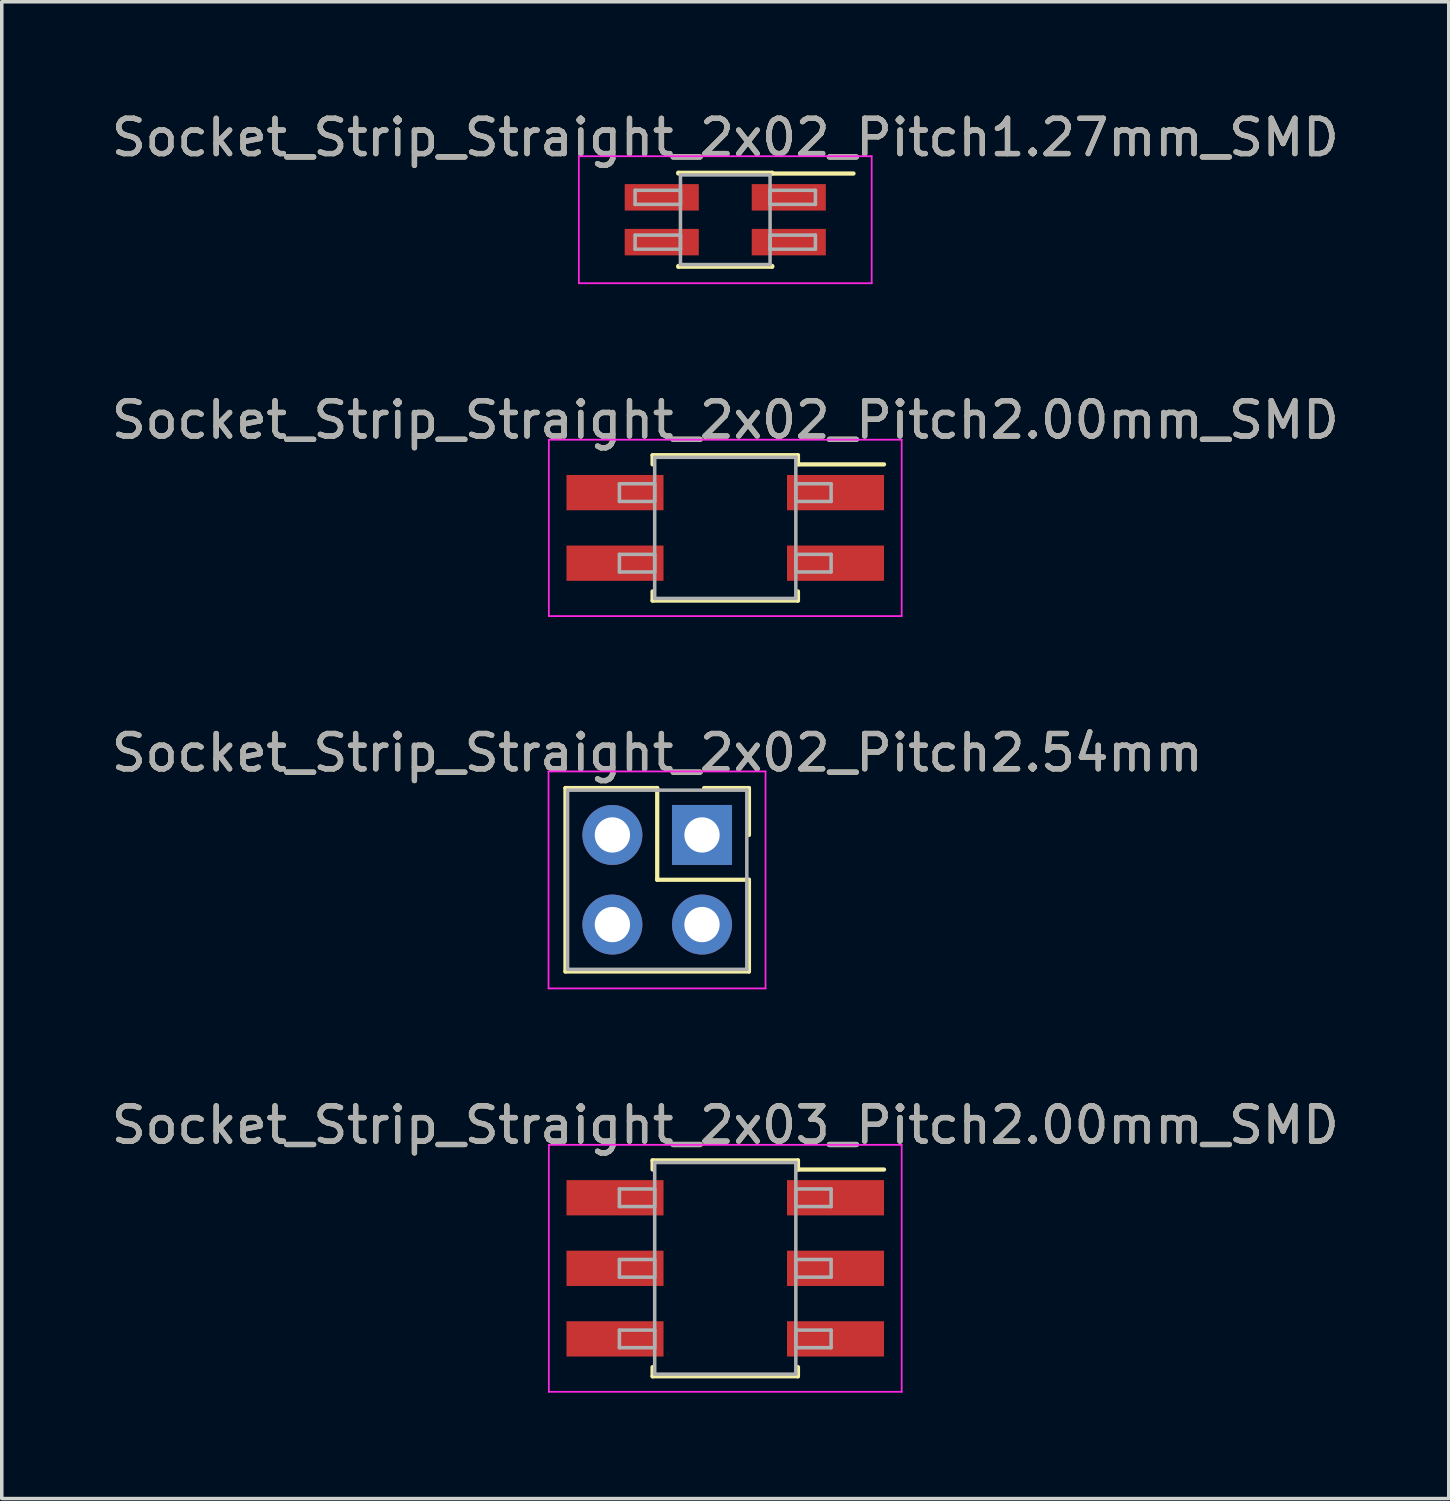
<source format=kicad_pcb>
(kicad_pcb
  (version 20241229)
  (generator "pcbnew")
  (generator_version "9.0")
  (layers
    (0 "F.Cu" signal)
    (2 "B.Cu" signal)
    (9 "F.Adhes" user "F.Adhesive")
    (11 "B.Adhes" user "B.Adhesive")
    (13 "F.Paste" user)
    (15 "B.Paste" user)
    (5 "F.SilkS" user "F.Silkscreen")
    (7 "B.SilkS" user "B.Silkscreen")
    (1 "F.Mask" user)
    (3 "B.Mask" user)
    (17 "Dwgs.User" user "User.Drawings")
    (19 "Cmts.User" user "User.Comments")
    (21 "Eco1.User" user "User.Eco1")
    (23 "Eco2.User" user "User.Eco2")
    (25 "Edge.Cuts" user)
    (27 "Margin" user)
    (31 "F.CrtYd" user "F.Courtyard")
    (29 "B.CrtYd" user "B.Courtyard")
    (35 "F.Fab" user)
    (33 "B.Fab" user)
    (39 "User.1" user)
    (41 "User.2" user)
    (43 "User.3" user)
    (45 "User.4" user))
  (footprint "Socket_Strip_Straight_2x03_Pitch2.00mm_SMD"
    (layer "F.Cu")
    (at 17.506 32.898)
    (property "Reference" "Socket_Strip_Straight_2x03_Pitch2.00mm_SMD" (at 0 -4.06 0) (layer "F.SilkS") (effects (font (size 1 1) (thickness 0.15))))
    (attr smd)
    (fp_line (start -2.06 -3.06) (end 2.06 -3.06) (stroke (width 0.12) (type solid)) (layer "F.SilkS"))
    (fp_line (start -2.06 -2.8) (end -2.06 -3.06) (stroke (width 0.12) (type solid)) (layer "F.SilkS"))
    (fp_line (start -2.06 2.8) (end -2.06 3.06) (stroke (width 0.12) (type solid)) (layer "F.SilkS"))
    (fp_line (start -2.06 3.06) (end 2.06 3.06) (stroke (width 0.12) (type solid)) (layer "F.SilkS"))
    (fp_line (start 2.06 -3.06) (end 2.06 -2.8) (stroke (width 0.12) (type solid)) (layer "F.SilkS"))
    (fp_line (start 2.06 3.06) (end 2.06 2.8) (stroke (width 0.12) (type solid)) (layer "F.SilkS"))
    (fp_line (start 4.5 -2.8) (end 2.06 -2.8) (stroke (width 0.12) (type solid)) (layer "F.SilkS"))
    (fp_line (start -5 -3.5) (end -5 3.5) (stroke (width 0.05) (type solid)) (layer "F.CrtYd"))
    (fp_line (start -5 3.5) (end 5 3.5) (stroke (width 0.05) (type solid)) (layer "F.CrtYd"))
    (fp_line (start 5 -3.5) (end -5 -3.5) (stroke (width 0.05) (type solid)) (layer "F.CrtYd"))
    (fp_line (start 5 3.5) (end 5 -3.5) (stroke (width 0.05) (type solid)) (layer "F.CrtYd"))
    (fp_line (start -3 -2.25) (end -2 -2.25) (stroke (width 0.1) (type solid)) (layer "F.Fab"))
    (fp_line (start -3 -1.75) (end -3 -2.25) (stroke (width 0.1) (type solid)) (layer "F.Fab"))
    (fp_line (start -3 -0.25) (end -2 -0.25) (stroke (width 0.1) (type solid)) (layer "F.Fab"))
    (fp_line (start -3 0.25) (end -3 -0.25) (stroke (width 0.1) (type solid)) (layer "F.Fab"))
    (fp_line (start -3 1.75) (end -2 1.75) (stroke (width 0.1) (type solid)) (layer "F.Fab"))
    (fp_line (start -3 2.25) (end -3 1.75) (stroke (width 0.1) (type solid)) (layer "F.Fab"))
    (fp_line (start -2 -3) (end -2 3) (stroke (width 0.1) (type solid)) (layer "F.Fab"))
    (fp_line (start -2 -2.25) (end -2 -1.75) (stroke (width 0.1) (type solid)) (layer "F.Fab"))
    (fp_line (start -2 -1.75) (end -3 -1.75) (stroke (width 0.1) (type solid)) (layer "F.Fab"))
    (fp_line (start -2 -0.25) (end -2 0.25) (stroke (width 0.1) (type solid)) (layer "F.Fab"))
    (fp_line (start -2 0.25) (end -3 0.25) (stroke (width 0.1) (type solid)) (layer "F.Fab"))
    (fp_line (start -2 1.75) (end -2 2.25) (stroke (width 0.1) (type solid)) (layer "F.Fab"))
    (fp_line (start -2 2.25) (end -3 2.25) (stroke (width 0.1) (type solid)) (layer "F.Fab"))
    (fp_line (start -2 3) (end 2 3) (stroke (width 0.1) (type solid)) (layer "F.Fab"))
    (fp_line (start 2 -3) (end -2 -3) (stroke (width 0.1) (type solid)) (layer "F.Fab"))
    (fp_line (start 2 -2.25) (end 2 -1.75) (stroke (width 0.1) (type solid)) (layer "F.Fab"))
    (fp_line (start 2 -1.75) (end 3 -1.75) (stroke (width 0.1) (type solid)) (layer "F.Fab"))
    (fp_line (start 2 -0.25) (end 2 0.25) (stroke (width 0.1) (type solid)) (layer "F.Fab"))
    (fp_line (start 2 0.25) (end 3 0.25) (stroke (width 0.1) (type solid)) (layer "F.Fab"))
    (fp_line (start 2 1.75) (end 2 2.25) (stroke (width 0.1) (type solid)) (layer "F.Fab"))
    (fp_line (start 2 2.25) (end 3 2.25) (stroke (width 0.1) (type solid)) (layer "F.Fab"))
    (fp_line (start 2 3) (end 2 -3) (stroke (width 0.1) (type solid)) (layer "F.Fab"))
    (fp_line (start 3 -2.25) (end 2 -2.25) (stroke (width 0.1) (type solid)) (layer "F.Fab"))
    (fp_line (start 3 -1.75) (end 3 -2.25) (stroke (width 0.1) (type solid)) (layer "F.Fab"))
    (fp_line (start 3 -0.25) (end 2 -0.25) (stroke (width 0.1) (type solid)) (layer "F.Fab"))
    (fp_line (start 3 0.25) (end 3 -0.25) (stroke (width 0.1) (type solid)) (layer "F.Fab"))
    (fp_line (start 3 1.75) (end 2 1.75) (stroke (width 0.1) (type solid)) (layer "F.Fab"))
    (fp_line (start 3 2.25) (end 3 1.75) (stroke (width 0.1) (type solid)) (layer "F.Fab"))
    (fp_text user "${REFERENCE}" (at 0 -4.06 0) (layer "F.Fab") (effects (font (size 1 1) (thickness 0.15))))
    (pad "1" smd rect (at 3.125 -2) (size 2.75 1) (layers "F.Cu" "F.Mask" "F.Paste"))
    (pad "2" smd rect (at -3.125 -2) (size 2.75 1) (layers "F.Cu" "F.Mask" "F.Paste"))
    (pad "3" smd rect (at 3.125 0) (size 2.75 1) (layers "F.Cu" "F.Mask" "F.Paste"))
    (pad "4" smd rect (at -3.125 0) (size 2.75 1) (layers "F.Cu" "F.Mask" "F.Paste"))
    (pad "5" smd rect (at 3.125 2) (size 2.75 1) (layers "F.Cu" "F.Mask" "F.Paste"))
    (pad "6" smd rect (at -3.125 2) (size 2.75 1) (layers "F.Cu" "F.Mask" "F.Paste")))
  (footprint "Socket_Strip_Straight_2x02_Pitch1.27mm_SMD"
    (layer "F.Cu")
    (at 17.506 3.178)
    (property "Reference" "Socket_Strip_Straight_2x02_Pitch1.27mm_SMD" (at 0 -2.33 0) (layer "F.SilkS") (effects (font (size 1 1) (thickness 0.15))))
    (attr smd)
    (fp_line (start -1.33 -1.33) (end 1.33 -1.33) (stroke (width 0.12) (type solid)) (layer "F.SilkS"))
    (fp_line (start -1.33 -1.31) (end -1.33 -1.33) (stroke (width 0.12) (type solid)) (layer "F.SilkS"))
    (fp_line (start -1.33 1.31) (end -1.33 1.33) (stroke (width 0.12) (type solid)) (layer "F.SilkS"))
    (fp_line (start -1.33 1.33) (end 1.33 1.33) (stroke (width 0.12) (type solid)) (layer "F.SilkS"))
    (fp_line (start 1.33 -1.33) (end 1.33 -1.31) (stroke (width 0.12) (type solid)) (layer "F.SilkS"))
    (fp_line (start 1.33 1.33) (end 1.33 1.31) (stroke (width 0.12) (type solid)) (layer "F.SilkS"))
    (fp_line (start 3.635 -1.31) (end 1.33 -1.31) (stroke (width 0.12) (type solid)) (layer "F.SilkS"))
    (fp_line (start -4.15 -1.8) (end -4.15 1.8) (stroke (width 0.05) (type solid)) (layer "F.CrtYd"))
    (fp_line (start -4.15 1.8) (end 4.15 1.8) (stroke (width 0.05) (type solid)) (layer "F.CrtYd"))
    (fp_line (start 4.15 -1.8) (end -4.15 -1.8) (stroke (width 0.05) (type solid)) (layer "F.CrtYd"))
    (fp_line (start 4.15 1.8) (end 4.15 -1.8) (stroke (width 0.05) (type solid)) (layer "F.CrtYd"))
    (fp_line (start -2.555 -0.835) (end -1.27 -0.835) (stroke (width 0.1) (type solid)) (layer "F.Fab"))
    (fp_line (start -2.555 -0.435) (end -2.555 -0.835) (stroke (width 0.1) (type solid)) (layer "F.Fab"))
    (fp_line (start -2.555 0.435) (end -1.27 0.435) (stroke (width 0.1) (type solid)) (layer "F.Fab"))
    (fp_line (start -2.555 0.835) (end -2.555 0.435) (stroke (width 0.1) (type solid)) (layer "F.Fab"))
    (fp_line (start -1.27 -1.27) (end -1.27 1.27) (stroke (width 0.1) (type solid)) (layer "F.Fab"))
    (fp_line (start -1.27 -0.835) (end -1.27 -0.435) (stroke (width 0.1) (type solid)) (layer "F.Fab"))
    (fp_line (start -1.27 -0.435) (end -2.555 -0.435) (stroke (width 0.1) (type solid)) (layer "F.Fab"))
    (fp_line (start -1.27 0.435) (end -1.27 0.835) (stroke (width 0.1) (type solid)) (layer "F.Fab"))
    (fp_line (start -1.27 0.835) (end -2.555 0.835) (stroke (width 0.1) (type solid)) (layer "F.Fab"))
    (fp_line (start -1.27 1.27) (end 1.27 1.27) (stroke (width 0.1) (type solid)) (layer "F.Fab"))
    (fp_line (start 1.27 -1.27) (end -1.27 -1.27) (stroke (width 0.1) (type solid)) (layer "F.Fab"))
    (fp_line (start 1.27 -0.835) (end 1.27 -0.435) (stroke (width 0.1) (type solid)) (layer "F.Fab"))
    (fp_line (start 1.27 -0.435) (end 2.555 -0.435) (stroke (width 0.1) (type solid)) (layer "F.Fab"))
    (fp_line (start 1.27 0.435) (end 1.27 0.835) (stroke (width 0.1) (type solid)) (layer "F.Fab"))
    (fp_line (start 1.27 0.835) (end 2.555 0.835) (stroke (width 0.1) (type solid)) (layer "F.Fab"))
    (fp_line (start 1.27 1.27) (end 1.27 -1.27) (stroke (width 0.1) (type solid)) (layer "F.Fab"))
    (fp_line (start 2.555 -0.835) (end 1.27 -0.835) (stroke (width 0.1) (type solid)) (layer "F.Fab"))
    (fp_line (start 2.555 -0.435) (end 2.555 -0.835) (stroke (width 0.1) (type solid)) (layer "F.Fab"))
    (fp_line (start 2.555 0.435) (end 1.27 0.435) (stroke (width 0.1) (type solid)) (layer "F.Fab"))
    (fp_line (start 2.555 0.835) (end 2.555 0.435) (stroke (width 0.1) (type solid)) (layer "F.Fab"))
    (fp_text user "${REFERENCE}" (at 0 -2.33 0) (layer "F.Fab") (effects (font (size 1 1) (thickness 0.15))))
    (pad "1" smd rect (at 1.8 -0.635) (size 2.1 0.75) (layers "F.Cu" "F.Mask" "F.Paste"))
    (pad "2" smd rect (at -1.8 -0.635) (size 2.1 0.75) (layers "F.Cu" "F.Mask" "F.Paste"))
    (pad "3" smd rect (at 1.8 0.635) (size 2.1 0.75) (layers "F.Cu" "F.Mask" "F.Paste"))
    (pad "4" smd rect (at -1.8 0.635) (size 2.1 0.75) (layers "F.Cu" "F.Mask" "F.Paste")))
  (footprint "Socket_Strip_Straight_2x02_Pitch2.00mm_SMD"
    (layer "F.Cu")
    (at 17.506 11.912)
    (property "Reference" "Socket_Strip_Straight_2x02_Pitch2.00mm_SMD" (at 0 -3.06 0) (layer "F.SilkS") (effects (font (size 1 1) (thickness 0.15))))
    (attr smd)
    (fp_line (start -2.06 -2.06) (end 2.06 -2.06) (stroke (width 0.12) (type solid)) (layer "F.SilkS"))
    (fp_line (start -2.06 -1.8) (end -2.06 -2.06) (stroke (width 0.12) (type solid)) (layer "F.SilkS"))
    (fp_line (start -2.06 1.8) (end -2.06 2.06) (stroke (width 0.12) (type solid)) (layer "F.SilkS"))
    (fp_line (start -2.06 2.06) (end 2.06 2.06) (stroke (width 0.12) (type solid)) (layer "F.SilkS"))
    (fp_line (start 2.06 -2.06) (end 2.06 -1.8) (stroke (width 0.12) (type solid)) (layer "F.SilkS"))
    (fp_line (start 2.06 2.06) (end 2.06 1.8) (stroke (width 0.12) (type solid)) (layer "F.SilkS"))
    (fp_line (start 4.5 -1.8) (end 2.06 -1.8) (stroke (width 0.12) (type solid)) (layer "F.SilkS"))
    (fp_line (start -5 -2.5) (end -5 2.5) (stroke (width 0.05) (type solid)) (layer "F.CrtYd"))
    (fp_line (start -5 2.5) (end 5 2.5) (stroke (width 0.05) (type solid)) (layer "F.CrtYd"))
    (fp_line (start 5 -2.5) (end -5 -2.5) (stroke (width 0.05) (type solid)) (layer "F.CrtYd"))
    (fp_line (start 5 2.5) (end 5 -2.5) (stroke (width 0.05) (type solid)) (layer "F.CrtYd"))
    (fp_line (start -3 -1.25) (end -2 -1.25) (stroke (width 0.1) (type solid)) (layer "F.Fab"))
    (fp_line (start -3 -0.75) (end -3 -1.25) (stroke (width 0.1) (type solid)) (layer "F.Fab"))
    (fp_line (start -3 0.75) (end -2 0.75) (stroke (width 0.1) (type solid)) (layer "F.Fab"))
    (fp_line (start -3 1.25) (end -3 0.75) (stroke (width 0.1) (type solid)) (layer "F.Fab"))
    (fp_line (start -2 -2) (end -2 2) (stroke (width 0.1) (type solid)) (layer "F.Fab"))
    (fp_line (start -2 -1.25) (end -2 -0.75) (stroke (width 0.1) (type solid)) (layer "F.Fab"))
    (fp_line (start -2 -0.75) (end -3 -0.75) (stroke (width 0.1) (type solid)) (layer "F.Fab"))
    (fp_line (start -2 0.75) (end -2 1.25) (stroke (width 0.1) (type solid)) (layer "F.Fab"))
    (fp_line (start -2 1.25) (end -3 1.25) (stroke (width 0.1) (type solid)) (layer "F.Fab"))
    (fp_line (start -2 2) (end 2 2) (stroke (width 0.1) (type solid)) (layer "F.Fab"))
    (fp_line (start 2 -2) (end -2 -2) (stroke (width 0.1) (type solid)) (layer "F.Fab"))
    (fp_line (start 2 -1.25) (end 2 -0.75) (stroke (width 0.1) (type solid)) (layer "F.Fab"))
    (fp_line (start 2 -0.75) (end 3 -0.75) (stroke (width 0.1) (type solid)) (layer "F.Fab"))
    (fp_line (start 2 0.75) (end 2 1.25) (stroke (width 0.1) (type solid)) (layer "F.Fab"))
    (fp_line (start 2 1.25) (end 3 1.25) (stroke (width 0.1) (type solid)) (layer "F.Fab"))
    (fp_line (start 2 2) (end 2 -2) (stroke (width 0.1) (type solid)) (layer "F.Fab"))
    (fp_line (start 3 -1.25) (end 2 -1.25) (stroke (width 0.1) (type solid)) (layer "F.Fab"))
    (fp_line (start 3 -0.75) (end 3 -1.25) (stroke (width 0.1) (type solid)) (layer "F.Fab"))
    (fp_line (start 3 0.75) (end 2 0.75) (stroke (width 0.1) (type solid)) (layer "F.Fab"))
    (fp_line (start 3 1.25) (end 3 0.75) (stroke (width 0.1) (type solid)) (layer "F.Fab"))
    (fp_text user "${REFERENCE}" (at 0 -3.06 0) (layer "F.Fab") (effects (font (size 1 1) (thickness 0.15))))
    (pad "1" smd rect (at 3.125 -1) (size 2.75 1) (layers "F.Cu" "F.Mask" "F.Paste"))
    (pad "2" smd rect (at -3.125 -1) (size 2.75 1) (layers "F.Cu" "F.Mask" "F.Paste"))
    (pad "3" smd rect (at 3.125 1) (size 2.75 1) (layers "F.Cu" "F.Mask" "F.Paste"))
    (pad "4" smd rect (at -3.125 1) (size 2.75 1) (layers "F.Cu" "F.Mask" "F.Paste")))
  (footprint "Socket_Strip_Straight_2x02_Pitch2.54mm"
    (layer "F.Cu")
    (at 16.847 20.615)
    (property "Reference" "Socket_Strip_Straight_2x02_Pitch2.54mm" (at -1.27 -2.33 0) (layer "F.SilkS") (effects (font (size 1 1) (thickness 0.15))))
    (attr through_hole)
    (fp_line (start -3.87 -1.33) (end -1.27 -1.33) (stroke (width 0.12) (type solid)) (layer "F.SilkS"))
    (fp_line (start -3.87 3.87) (end -3.87 -1.33) (stroke (width 0.12) (type solid)) (layer "F.SilkS"))
    (fp_line (start -1.27 -1.33) (end -1.27 1.27) (stroke (width 0.12) (type solid)) (layer "F.SilkS"))
    (fp_line (start -1.27 1.27) (end 1.33 1.27) (stroke (width 0.12) (type solid)) (layer "F.SilkS"))
    (fp_line (start 1.33 -1.33) (end 0.06 -1.33) (stroke (width 0.12) (type solid)) (layer "F.SilkS"))
    (fp_line (start 1.33 0) (end 1.33 -1.33) (stroke (width 0.12) (type solid)) (layer "F.SilkS"))
    (fp_line (start 1.33 1.27) (end 1.33 3.87) (stroke (width 0.12) (type solid)) (layer "F.SilkS"))
    (fp_line (start 1.33 3.87) (end -3.87 3.87) (stroke (width 0.12) (type solid)) (layer "F.SilkS"))
    (fp_line (start -4.35 -1.8) (end -4.35 4.35) (stroke (width 0.05) (type solid)) (layer "F.CrtYd"))
    (fp_line (start -4.35 4.35) (end 1.8 4.35) (stroke (width 0.05) (type solid)) (layer "F.CrtYd"))
    (fp_line (start 1.8 -1.8) (end -4.35 -1.8) (stroke (width 0.05) (type solid)) (layer "F.CrtYd"))
    (fp_line (start 1.8 4.35) (end 1.8 -1.8) (stroke (width 0.05) (type solid)) (layer "F.CrtYd"))
    (fp_line (start -3.81 -1.27) (end -3.81 3.81) (stroke (width 0.1) (type solid)) (layer "F.Fab"))
    (fp_line (start -3.81 3.81) (end 1.27 3.81) (stroke (width 0.1) (type solid)) (layer "F.Fab"))
    (fp_line (start 1.27 -1.27) (end -3.81 -1.27) (stroke (width 0.1) (type solid)) (layer "F.Fab"))
    (fp_line (start 1.27 3.81) (end 1.27 -1.27) (stroke (width 0.1) (type solid)) (layer "F.Fab"))
    (fp_text user "${REFERENCE}" (at -1.27 -2.33 0) (layer "F.Fab") (effects (font (size 1 1) (thickness 0.15))))
    (pad "1" thru_hole rect (at 0 0) (size 1.7 1.7) (drill 1) (layers "*.Cu" "*.Mask"))
    (pad "2" thru_hole oval (at -2.54 0) (size 1.7 1.7) (drill 1) (layers "*.Cu" "*.Mask"))
    (pad "3" thru_hole oval (at 0 2.54) (size 1.7 1.7) (drill 1) (layers "*.Cu" "*.Mask"))
    (pad "4" thru_hole oval (at -2.54 2.54) (size 1.7 1.7) (drill 1) (layers "*.Cu" "*.Mask")))
  (gr_rect
    (start -3 -3)
    (end 38.012 39.423)
    (stroke (width 0.1) (type default))
    (fill no)
    (layer "Edge.Cuts")))
</source>
